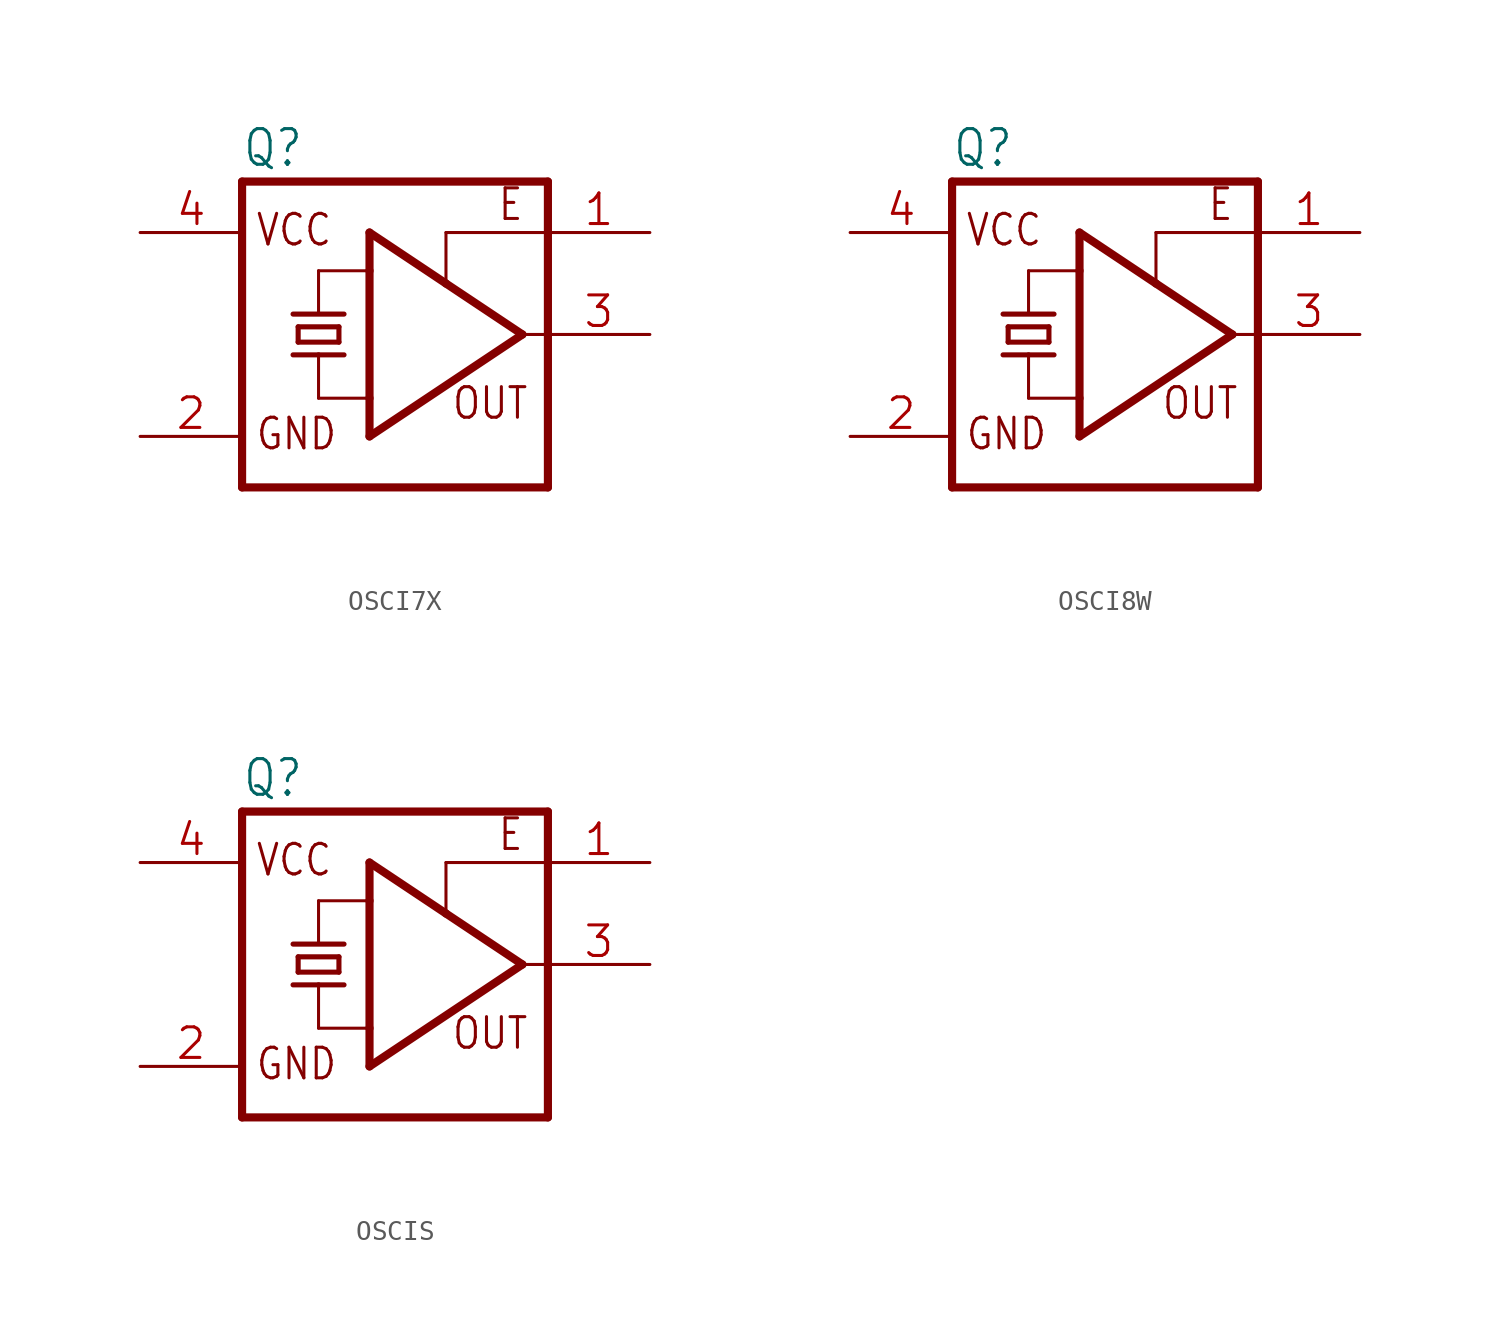
<source format=kicad_sym>
(kicad_symbol_lib
  (version 20241209)
  (generator "kicad_symbol_editor")
  (generator_version "9.0")
  (symbol "OSCI7X"
    (property "Reference" "Q"
      (at -7.62 8.255 0)
      (effects (font (size 1.778 1.511)) (justify left bottom)))
    (property "Value" ""
      (at -7.62 -10.16 0)
      (effects (font (size 1.778 1.511)) (justify left bottom)))
    (property "ki_locked" ""
      (at 0 0 0)
      (effects (font (size 1.27 1.27))))
    (symbol "OSCI7X_1_0"
      (polyline (pts (xy -7.62 7.62) (xy -7.62 -7.62)) (stroke (width 0.406) (type solid)) (fill (type none)))
      (polyline (pts (xy -7.62 7.62) (xy 7.62 7.62)) (stroke (width 0.406) (type solid)) (fill (type none)))
      (polyline (pts (xy -5.08 1.016) (xy -2.54 1.016)) (stroke (width 0.254) (type solid)) (fill (type none)))
      (polyline (pts (xy -5.08 -1.016) (xy -3.81 -1.016)) (stroke (width 0.254) (type solid)) (fill (type none)))
      (polyline (pts (xy -4.826 0.381) (xy -2.794 0.381)) (stroke (width 0.254) (type solid)) (fill (type none)))
      (polyline (pts (xy -4.826 -0.381) (xy -4.826 0.381)) (stroke (width 0.254) (type solid)) (fill (type none)))
      (polyline (pts (xy -4.826 -0.381) (xy -2.794 -0.381)) (stroke (width 0.254) (type solid)) (fill (type none)))
      (polyline (pts (xy -3.81 3.175) (xy -1.27 3.175)) (stroke (width 0.152) (type solid)) (fill (type none)))
      (polyline (pts (xy -3.81 1.016) (xy -3.81 3.175)) (stroke (width 0.152) (type solid)) (fill (type none)))
      (polyline (pts (xy -3.81 -1.016) (xy -2.54 -1.016)) (stroke (width 0.254) (type solid)) (fill (type none)))
      (polyline (pts (xy -3.81 -3.175) (xy -3.81 -1.016)) (stroke (width 0.152) (type solid)) (fill (type none)))
      (polyline (pts (xy -3.81 -3.175) (xy -1.27 -3.175)) (stroke (width 0.152) (type solid)) (fill (type none)))
      (polyline (pts (xy -2.794 0.381) (xy -2.794 -0.381)) (stroke (width 0.254) (type solid)) (fill (type none)))
      (polyline (pts (xy -1.27 5.08) (xy 2.54 2.54)) (stroke (width 0.406) (type solid)) (fill (type none)))
      (polyline (pts (xy -1.27 3.175) (xy -1.27 5.08)) (stroke (width 0.406) (type solid)) (fill (type none)))
      (polyline (pts (xy -1.27 -3.175) (xy -1.27 3.175)) (stroke (width 0.406) (type solid)) (fill (type none)))
      (polyline (pts (xy -1.27 -5.08) (xy -1.27 -3.175)) (stroke (width 0.406) (type solid)) (fill (type none)))
      (polyline (pts (xy 2.54 5.08) (xy 2.54 2.54)) (stroke (width 0.152) (type solid)) (fill (type none)))
      (polyline (pts (xy 2.54 2.54) (xy 6.35 0)) (stroke (width 0.406) (type solid)) (fill (type none)))
      (polyline (pts (xy 6.35 0) (xy -1.27 -5.08)) (stroke (width 0.406) (type solid)) (fill (type none)))
      (polyline (pts (xy 6.35 0) (xy 7.62 0)) (stroke (width 0.152) (type solid)) (fill (type none)))
      (polyline (pts (xy 7.62 5.08) (xy 2.54 5.08)) (stroke (width 0.152) (type solid)) (fill (type none)))
      (polyline (pts (xy 7.62 5.08) (xy 7.62 7.62)) (stroke (width 0.406) (type solid)) (fill (type none)))
      (polyline (pts (xy 7.62 0) (xy 7.62 5.08)) (stroke (width 0.406) (type solid)) (fill (type none)))
      (polyline (pts (xy 7.62 -7.62) (xy -7.62 -7.62)) (stroke (width 0.406) (type solid)) (fill (type none)))
      (polyline (pts (xy 7.62 -7.62) (xy 7.62 0)) (stroke (width 0.406) (type solid)) (fill (type none)))
      (text "VCC" (at -6.985 4.318 0) (effects (font (size 1.524 1.295)) (justify left bottom)))
      (text "GND" (at -6.985 -5.842 0) (effects (font (size 1.524 1.295)) (justify left bottom)))
      (text "OUT" (at 2.794 -4.318 0) (effects (font (size 1.524 1.295)) (justify left bottom)))
      (text "E" (at 5.08 5.588 0) (effects (font (size 1.524 1.295)) (justify left bottom)))
      (pin power_in line (at -12.7 5.08 0) (length 5.08) (name "VCC" (effects (font (size 0 0)))) (number "4" (effects (font (size 1.524 1.524)))))
      (pin power_in line (at -12.7 -5.08 0) (length 5.08) (name "GND" (effects (font (size 0 0)))) (number "2" (effects (font (size 1.524 1.524)))))
      (pin input line (at 12.7 5.08 180) (length 5.08) (name "OE" (effects (font (size 0 0)))) (number "1" (effects (font (size 1.524 1.524)))))
      (pin output line (at 12.7 0 180) (length 5.08) (name "FO" (effects (font (size 0 0)))) (number "3" (effects (font (size 1.524 1.524)))))))
  (symbol "OSCI8W"
    (property "Reference" "Q"
      (at -7.62 8.255 0)
      (effects (font (size 1.778 1.511)) (justify left bottom)))
    (property "Value" ""
      (at -7.62 -10.16 0)
      (effects (font (size 1.778 1.511)) (justify left bottom)))
    (property "ki_locked" ""
      (at 0 0 0)
      (effects (font (size 1.27 1.27))))
    (symbol "OSCI8W_1_0"
      (polyline (pts (xy -7.62 7.62) (xy -7.62 -7.62)) (stroke (width 0.406) (type solid)) (fill (type none)))
      (polyline (pts (xy -7.62 7.62) (xy 7.62 7.62)) (stroke (width 0.406) (type solid)) (fill (type none)))
      (polyline (pts (xy -5.08 1.016) (xy -2.54 1.016)) (stroke (width 0.254) (type solid)) (fill (type none)))
      (polyline (pts (xy -5.08 -1.016) (xy -3.81 -1.016)) (stroke (width 0.254) (type solid)) (fill (type none)))
      (polyline (pts (xy -4.826 0.381) (xy -2.794 0.381)) (stroke (width 0.254) (type solid)) (fill (type none)))
      (polyline (pts (xy -4.826 -0.381) (xy -4.826 0.381)) (stroke (width 0.254) (type solid)) (fill (type none)))
      (polyline (pts (xy -4.826 -0.381) (xy -2.794 -0.381)) (stroke (width 0.254) (type solid)) (fill (type none)))
      (polyline (pts (xy -3.81 3.175) (xy -1.27 3.175)) (stroke (width 0.152) (type solid)) (fill (type none)))
      (polyline (pts (xy -3.81 1.016) (xy -3.81 3.175)) (stroke (width 0.152) (type solid)) (fill (type none)))
      (polyline (pts (xy -3.81 -1.016) (xy -2.54 -1.016)) (stroke (width 0.254) (type solid)) (fill (type none)))
      (polyline (pts (xy -3.81 -3.175) (xy -3.81 -1.016)) (stroke (width 0.152) (type solid)) (fill (type none)))
      (polyline (pts (xy -3.81 -3.175) (xy -1.27 -3.175)) (stroke (width 0.152) (type solid)) (fill (type none)))
      (polyline (pts (xy -2.794 0.381) (xy -2.794 -0.381)) (stroke (width 0.254) (type solid)) (fill (type none)))
      (polyline (pts (xy -1.27 5.08) (xy 2.54 2.54)) (stroke (width 0.406) (type solid)) (fill (type none)))
      (polyline (pts (xy -1.27 3.175) (xy -1.27 5.08)) (stroke (width 0.406) (type solid)) (fill (type none)))
      (polyline (pts (xy -1.27 -3.175) (xy -1.27 3.175)) (stroke (width 0.406) (type solid)) (fill (type none)))
      (polyline (pts (xy -1.27 -5.08) (xy -1.27 -3.175)) (stroke (width 0.406) (type solid)) (fill (type none)))
      (polyline (pts (xy 2.54 5.08) (xy 2.54 2.54)) (stroke (width 0.152) (type solid)) (fill (type none)))
      (polyline (pts (xy 2.54 2.54) (xy 6.35 0)) (stroke (width 0.406) (type solid)) (fill (type none)))
      (polyline (pts (xy 6.35 0) (xy -1.27 -5.08)) (stroke (width 0.406) (type solid)) (fill (type none)))
      (polyline (pts (xy 6.35 0) (xy 7.62 0)) (stroke (width 0.152) (type solid)) (fill (type none)))
      (polyline (pts (xy 7.62 5.08) (xy 2.54 5.08)) (stroke (width 0.152) (type solid)) (fill (type none)))
      (polyline (pts (xy 7.62 5.08) (xy 7.62 7.62)) (stroke (width 0.406) (type solid)) (fill (type none)))
      (polyline (pts (xy 7.62 0) (xy 7.62 5.08)) (stroke (width 0.406) (type solid)) (fill (type none)))
      (polyline (pts (xy 7.62 -7.62) (xy -7.62 -7.62)) (stroke (width 0.406) (type solid)) (fill (type none)))
      (polyline (pts (xy 7.62 -7.62) (xy 7.62 0)) (stroke (width 0.406) (type solid)) (fill (type none)))
      (text "VCC" (at -6.985 4.318 0) (effects (font (size 1.524 1.295)) (justify left bottom)))
      (text "GND" (at -6.985 -5.842 0) (effects (font (size 1.524 1.295)) (justify left bottom)))
      (text "OUT" (at 2.794 -4.318 0) (effects (font (size 1.524 1.295)) (justify left bottom)))
      (text "E" (at 5.08 5.588 0) (effects (font (size 1.524 1.295)) (justify left bottom)))
      (pin power_in line (at -12.7 5.08 0) (length 5.08) (name "VCC" (effects (font (size 0 0)))) (number "4" (effects (font (size 1.524 1.524)))))
      (pin power_in line (at -12.7 -5.08 0) (length 5.08) (name "GND" (effects (font (size 0 0)))) (number "2" (effects (font (size 1.524 1.524)))))
      (pin input line (at 12.7 5.08 180) (length 5.08) (name "OE" (effects (font (size 0 0)))) (number "1" (effects (font (size 1.524 1.524)))))
      (pin output line (at 12.7 0 180) (length 5.08) (name "FO" (effects (font (size 0 0)))) (number "3" (effects (font (size 1.524 1.524)))))))
  (symbol "OSCIS"
    (property "Reference" "Q"
      (at -7.62 8.255 0)
      (effects (font (size 1.778 1.511)) (justify left bottom)))
    (property "Value" ""
      (at -7.62 -10.16 0)
      (effects (font (size 1.778 1.511)) (justify left bottom)))
    (property "ki_locked" ""
      (at 0 0 0)
      (effects (font (size 1.27 1.27))))
    (symbol "OSCIS_1_0"
      (polyline (pts (xy -7.62 7.62) (xy -7.62 -7.62)) (stroke (width 0.406) (type solid)) (fill (type none)))
      (polyline (pts (xy -7.62 7.62) (xy 7.62 7.62)) (stroke (width 0.406) (type solid)) (fill (type none)))
      (polyline (pts (xy -5.08 1.016) (xy -2.54 1.016)) (stroke (width 0.254) (type solid)) (fill (type none)))
      (polyline (pts (xy -5.08 -1.016) (xy -3.81 -1.016)) (stroke (width 0.254) (type solid)) (fill (type none)))
      (polyline (pts (xy -4.826 0.381) (xy -2.794 0.381)) (stroke (width 0.254) (type solid)) (fill (type none)))
      (polyline (pts (xy -4.826 -0.381) (xy -4.826 0.381)) (stroke (width 0.254) (type solid)) (fill (type none)))
      (polyline (pts (xy -4.826 -0.381) (xy -2.794 -0.381)) (stroke (width 0.254) (type solid)) (fill (type none)))
      (polyline (pts (xy -3.81 3.175) (xy -1.27 3.175)) (stroke (width 0.152) (type solid)) (fill (type none)))
      (polyline (pts (xy -3.81 1.016) (xy -3.81 3.175)) (stroke (width 0.152) (type solid)) (fill (type none)))
      (polyline (pts (xy -3.81 -1.016) (xy -2.54 -1.016)) (stroke (width 0.254) (type solid)) (fill (type none)))
      (polyline (pts (xy -3.81 -3.175) (xy -3.81 -1.016)) (stroke (width 0.152) (type solid)) (fill (type none)))
      (polyline (pts (xy -3.81 -3.175) (xy -1.27 -3.175)) (stroke (width 0.152) (type solid)) (fill (type none)))
      (polyline (pts (xy -2.794 0.381) (xy -2.794 -0.381)) (stroke (width 0.254) (type solid)) (fill (type none)))
      (polyline (pts (xy -1.27 5.08) (xy 2.54 2.54)) (stroke (width 0.406) (type solid)) (fill (type none)))
      (polyline (pts (xy -1.27 3.175) (xy -1.27 5.08)) (stroke (width 0.406) (type solid)) (fill (type none)))
      (polyline (pts (xy -1.27 -3.175) (xy -1.27 3.175)) (stroke (width 0.406) (type solid)) (fill (type none)))
      (polyline (pts (xy -1.27 -5.08) (xy -1.27 -3.175)) (stroke (width 0.406) (type solid)) (fill (type none)))
      (polyline (pts (xy 2.54 5.08) (xy 2.54 2.54)) (stroke (width 0.152) (type solid)) (fill (type none)))
      (polyline (pts (xy 2.54 2.54) (xy 6.35 0)) (stroke (width 0.406) (type solid)) (fill (type none)))
      (polyline (pts (xy 6.35 0) (xy -1.27 -5.08)) (stroke (width 0.406) (type solid)) (fill (type none)))
      (polyline (pts (xy 6.35 0) (xy 7.62 0)) (stroke (width 0.152) (type solid)) (fill (type none)))
      (polyline (pts (xy 7.62 5.08) (xy 2.54 5.08)) (stroke (width 0.152) (type solid)) (fill (type none)))
      (polyline (pts (xy 7.62 5.08) (xy 7.62 7.62)) (stroke (width 0.406) (type solid)) (fill (type none)))
      (polyline (pts (xy 7.62 0) (xy 7.62 5.08)) (stroke (width 0.406) (type solid)) (fill (type none)))
      (polyline (pts (xy 7.62 -7.62) (xy -7.62 -7.62)) (stroke (width 0.406) (type solid)) (fill (type none)))
      (polyline (pts (xy 7.62 -7.62) (xy 7.62 0)) (stroke (width 0.406) (type solid)) (fill (type none)))
      (text "VCC" (at -6.985 4.318 0) (effects (font (size 1.524 1.295)) (justify left bottom)))
      (text "GND" (at -6.985 -5.842 0) (effects (font (size 1.524 1.295)) (justify left bottom)))
      (text "OUT" (at 2.794 -4.318 0) (effects (font (size 1.524 1.295)) (justify left bottom)))
      (text "E" (at 5.08 5.588 0) (effects (font (size 1.524 1.295)) (justify left bottom)))
      (pin power_in line (at -12.7 5.08 0) (length 5.08) (name "VCC" (effects (font (size 0 0)))) (number "4" (effects (font (size 1.524 1.524)))))
      (pin power_in line (at -12.7 -5.08 0) (length 5.08) (name "GND" (effects (font (size 0 0)))) (number "2" (effects (font (size 1.524 1.524)))))
      (pin input line (at 12.7 5.08 180) (length 5.08) (name "OE" (effects (font (size 0 0)))) (number "1" (effects (font (size 1.524 1.524)))))
      (pin output line (at 12.7 0 180) (length 5.08) (name "FO" (effects (font (size 0 0)))) (number "3" (effects (font (size 1.524 1.524))))))))
</source>
